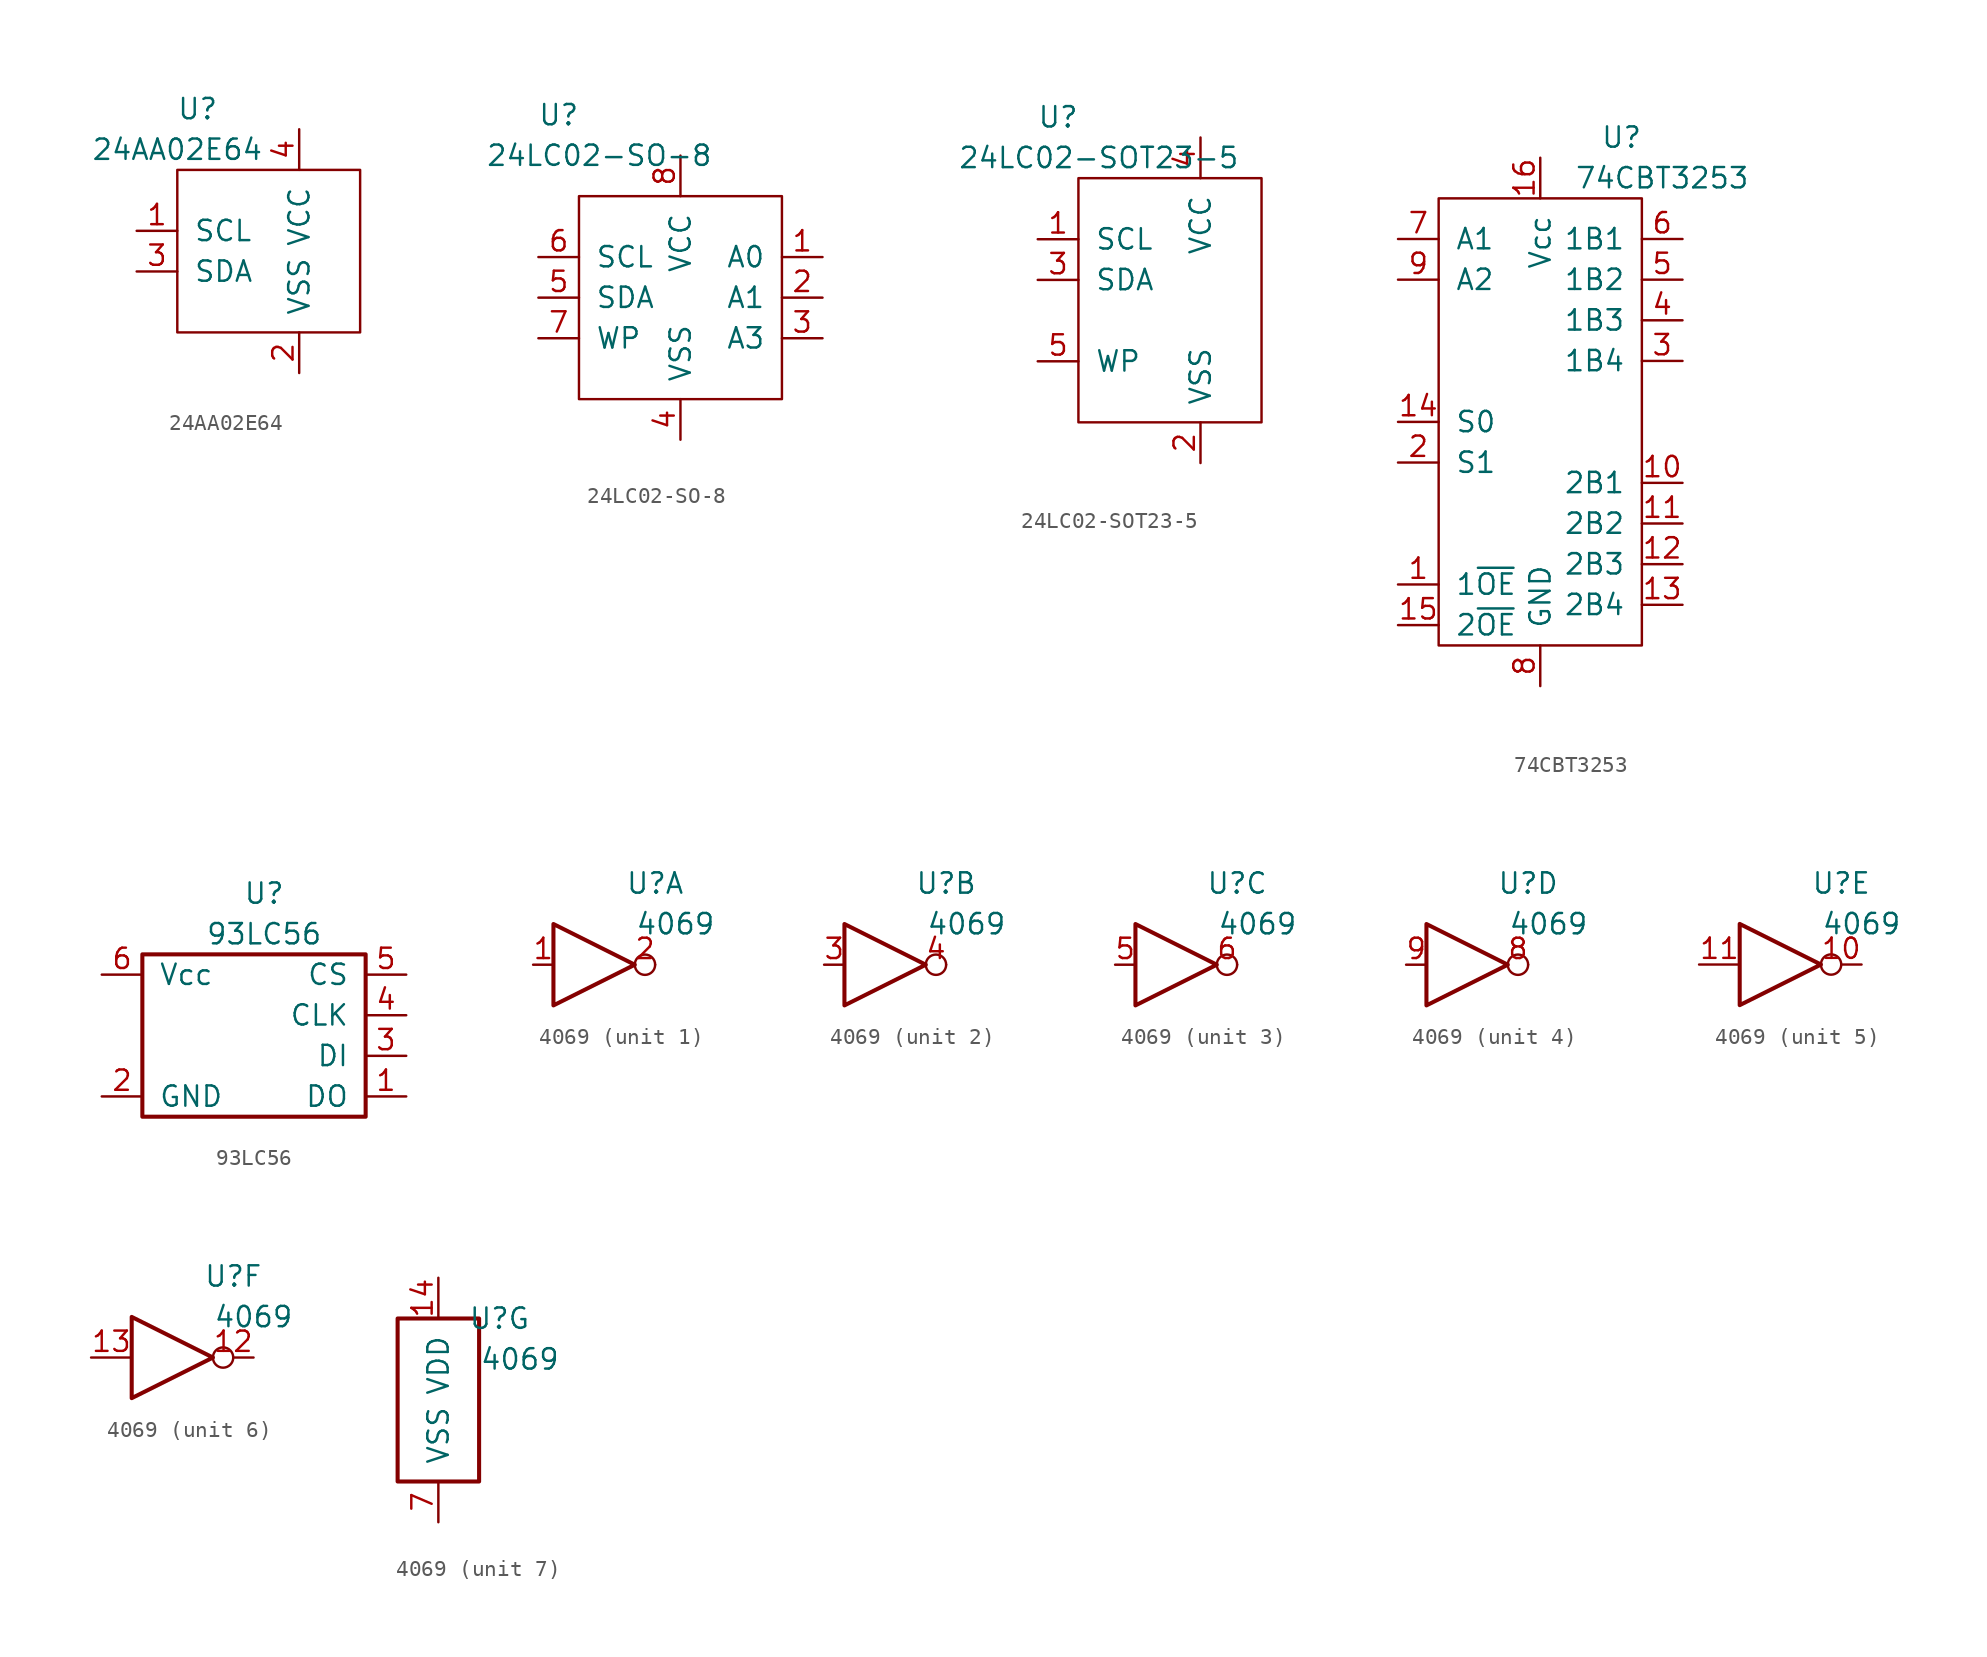
<source format=kicad_sym>
(kicad_symbol_lib
  (version 20211014)
  (generator kicad_symbol_editor)
  (symbol "24AA02E64"
    (pin_names
      (offset 1.016))
    (property "Reference" "U"
      (at -3.81 8.89 0)
      (effects (font (size 1.27 1.27))))
    (property "Value" "24AA02E64"
      (at -5.08 6.35 0)
      (effects (font (size 1.27 1.27))))
    (symbol "24AA02E64_1_0"
      (rectangle (start -5.08 5.08) (end 6.35 -5.08) (stroke (width 0) (type default) (color 0 0 0 0)) (fill (type none))))
    (symbol "24AA02E64_1_1"
      (pin input line (at -7.62 1.27 0) (length 2.54) (name "SCL" (effects (font (size 1.27 1.27)))) (number "1" (effects (font (size 1.27 1.27)))))
      (pin power_in line (at 2.54 -7.62 90) (length 2.54) (name "VSS" (effects (font (size 1.27 1.27)))) (number "2" (effects (font (size 1.27 1.27)))))
      (pin bidirectional line (at -7.62 -1.27 0) (length 2.54) (name "SDA" (effects (font (size 1.27 1.27)))) (number "3" (effects (font (size 1.27 1.27)))))
      (pin power_in line (at 2.54 7.62 270) (length 2.54) (name "VCC" (effects (font (size 1.27 1.27)))) (number "4" (effects (font (size 1.27 1.27)))))))
  (symbol "24LC02-SO-8"
    (pin_names
      (offset 1.016))
    (property "Reference" "U"
      (at -7.62 8.89 0)
      (effects (font (size 1.27 1.27))))
    (property "Value" "24LC02-SO-8"
      (at -5.08 6.35 0)
      (effects (font (size 1.27 1.27))))
    (symbol "24LC02-SO-8_1_1"
      (rectangle (start -6.35 3.81) (end 6.35 -8.89) (stroke (width 0) (type default) (color 0 0 0 0)) (fill (type none)))
      (pin input line (at 8.89 0 180) (length 2.54) (name "A0" (effects (font (size 1.27 1.27)))) (number "1" (effects (font (size 1.27 1.27)))))
      (pin input line (at 8.89 -2.54 180) (length 2.54) (name "A1" (effects (font (size 1.27 1.27)))) (number "2" (effects (font (size 1.27 1.27)))))
      (pin input line (at 8.89 -5.08 180) (length 2.54) (name "A3" (effects (font (size 1.27 1.27)))) (number "3" (effects (font (size 1.27 1.27)))))
      (pin power_in line (at 0 -11.43 90) (length 2.54) (name "VSS" (effects (font (size 1.27 1.27)))) (number "4" (effects (font (size 1.27 1.27)))))
      (pin bidirectional line (at -8.89 -2.54 0) (length 2.54) (name "SDA" (effects (font (size 1.27 1.27)))) (number "5" (effects (font (size 1.27 1.27)))))
      (pin input line (at -8.89 0 0) (length 2.54) (name "SCL" (effects (font (size 1.27 1.27)))) (number "6" (effects (font (size 1.27 1.27)))))
      (pin input line (at -8.89 -5.08 0) (length 2.54) (name "WP" (effects (font (size 1.27 1.27)))) (number "7" (effects (font (size 1.27 1.27)))))
      (pin power_in line (at 0 6.35 270) (length 2.54) (name "VCC" (effects (font (size 1.27 1.27)))) (number "8" (effects (font (size 1.27 1.27)))))))
  (symbol "24LC02-SOT23-5"
    (pin_names
      (offset 1.016))
    (property "Reference" "U"
      (at -7.62 8.89 0)
      (effects (font (size 1.27 1.27))))
    (property "Value" "24LC02-SOT23-5"
      (at -5.08 6.35 0)
      (effects (font (size 1.27 1.27))))
    (symbol "24LC02-SOT23-5_1_1"
      (rectangle (start -6.35 5.08) (end 5.08 -10.16) (stroke (width 0) (type default) (color 0 0 0 0)) (fill (type none)))
      (pin input line (at -8.89 1.27 0) (length 2.54) (name "SCL" (effects (font (size 1.27 1.27)))) (number "1" (effects (font (size 1.27 1.27)))))
      (pin power_in line (at 1.27 -12.7 90) (length 2.54) (name "VSS" (effects (font (size 1.27 1.27)))) (number "2" (effects (font (size 1.27 1.27)))))
      (pin bidirectional line (at -8.89 -1.27 0) (length 2.54) (name "SDA" (effects (font (size 1.27 1.27)))) (number "3" (effects (font (size 1.27 1.27)))))
      (pin power_in line (at 1.27 7.62 270) (length 2.54) (name "VCC" (effects (font (size 1.27 1.27)))) (number "4" (effects (font (size 1.27 1.27)))))
      (pin input line (at -8.89 -6.35 0) (length 2.54) (name "WP" (effects (font (size 1.27 1.27)))) (number "5" (effects (font (size 1.27 1.27)))))))
  (symbol "74CBT3253"
    (pin_names
      (offset 1.016))
    (property "Reference" "U"
      (at 5.08 16.51 0)
      (effects (font (size 1.27 1.27))))
    (property "Value" "74CBT3253"
      (at 7.62 13.97 0)
      (effects (font (size 1.27 1.27))))
    (symbol "74CBT3253_0_1"
      (rectangle (start -6.35 12.7) (end 6.35 -15.24) (stroke (width 0) (type default) (color 0 0 0 0)) (fill (type none))))
    (symbol "74CBT3253_1_1"
      (pin input line (at -8.89 -11.43 0) (length 2.54) (name "1~{OE}" (effects (font (size 1.27 1.27)))) (number "1" (effects (font (size 1.27 1.27)))))
      (pin bidirectional line (at 8.89 -5.08 180) (length 2.54) (name "2B1" (effects (font (size 1.27 1.27)))) (number "10" (effects (font (size 1.27 1.27)))))
      (pin bidirectional line (at 8.89 -7.62 180) (length 2.54) (name "2B2" (effects (font (size 1.27 1.27)))) (number "11" (effects (font (size 1.27 1.27)))))
      (pin bidirectional line (at 8.89 -10.16 180) (length 2.54) (name "2B3" (effects (font (size 1.27 1.27)))) (number "12" (effects (font (size 1.27 1.27)))))
      (pin bidirectional line (at 8.89 -12.7 180) (length 2.54) (name "2B4" (effects (font (size 1.27 1.27)))) (number "13" (effects (font (size 1.27 1.27)))))
      (pin input line (at -8.89 -1.27 0) (length 2.54) (name "S0" (effects (font (size 1.27 1.27)))) (number "14" (effects (font (size 1.27 1.27)))))
      (pin input line (at -8.89 -13.97 0) (length 2.54) (name "2~{OE}" (effects (font (size 1.27 1.27)))) (number "15" (effects (font (size 1.27 1.27)))))
      (pin power_in line (at 0 15.24 270) (length 2.54) (name "Vcc" (effects (font (size 1.27 1.27)))) (number "16" (effects (font (size 1.27 1.27)))))
      (pin input line (at -8.89 -3.81 0) (length 2.54) (name "S1" (effects (font (size 1.27 1.27)))) (number "2" (effects (font (size 1.27 1.27)))))
      (pin bidirectional line (at 8.89 2.54 180) (length 2.54) (name "1B4" (effects (font (size 1.27 1.27)))) (number "3" (effects (font (size 1.27 1.27)))))
      (pin bidirectional line (at 8.89 5.08 180) (length 2.54) (name "1B3" (effects (font (size 1.27 1.27)))) (number "4" (effects (font (size 1.27 1.27)))))
      (pin bidirectional line (at 8.89 7.62 180) (length 2.54) (name "1B2" (effects (font (size 1.27 1.27)))) (number "5" (effects (font (size 1.27 1.27)))))
      (pin bidirectional line (at 8.89 10.16 180) (length 2.54) (name "1B1" (effects (font (size 1.27 1.27)))) (number "6" (effects (font (size 1.27 1.27)))))
      (pin bidirectional line (at -8.89 10.16 0) (length 2.54) (name "A1" (effects (font (size 1.27 1.27)))) (number "7" (effects (font (size 1.27 1.27)))))
      (pin power_in line (at 0 -17.78 90) (length 2.54) (name "GND" (effects (font (size 1.27 1.27)))) (number "8" (effects (font (size 1.27 1.27)))))
      (pin bidirectional line (at -8.89 7.62 0) (length 2.54) (name "A2" (effects (font (size 1.27 1.27)))) (number "9" (effects (font (size 1.27 1.27)))))))
  (symbol "93LC56"
    (pin_names
      (offset 1.016))
    (property "Reference" "U"
      (at 0 8.89 0)
      (effects (font (size 1.27 1.27))))
    (property "Value" "93LC56"
      (at 0 6.35 0)
      (effects (font (size 1.27 1.27))))
    (symbol "93LC56_0_1"
      (rectangle (start -7.62 5.08) (end 6.35 -5.08) (stroke (width 0.254) (type default) (color 0 0 0 0)) (fill (type none))))
    (symbol "93LC56_1_1"
      (pin output line (at 8.89 -3.81 180) (length 2.54) (name "DO" (effects (font (size 1.27 1.27)))) (number "1" (effects (font (size 1.27 1.27)))))
      (pin power_in line (at -10.16 -3.81 0) (length 2.54) (name "GND" (effects (font (size 1.27 1.27)))) (number "2" (effects (font (size 1.27 1.27)))))
      (pin input line (at 8.89 -1.27 180) (length 2.54) (name "DI" (effects (font (size 1.27 1.27)))) (number "3" (effects (font (size 1.27 1.27)))))
      (pin input line (at 8.89 1.27 180) (length 2.54) (name "CLK" (effects (font (size 1.27 1.27)))) (number "4" (effects (font (size 1.27 1.27)))))
      (pin input line (at 8.89 3.81 180) (length 2.54) (name "CS" (effects (font (size 1.27 1.27)))) (number "5" (effects (font (size 1.27 1.27)))))
      (pin power_in line (at -10.16 3.81 0) (length 2.54) (name "Vcc" (effects (font (size 1.27 1.27)))) (number "6" (effects (font (size 1.27 1.27)))))))
  (symbol "4069"
    (pin_names
      (offset 1.016))
    (property "Reference" "U"
      (at 3.81 5.08 0)
      (effects (font (size 1.27 1.27))))
    (property "Value" "4069"
      (at 5.08 2.54 0)
      (effects (font (size 1.27 1.27))))
    (property "ki_locked" ""
      (at 0 0 0)
      (effects (font (size 1.27 1.27))))
    (symbol "4069_1_0"
      (polyline (pts (xy -2.54 2.54) (xy -2.54 -2.54) (xy 2.54 0) (xy -2.54 2.54)) (stroke (width 0.254) (type default) (color 0 0 0 0)) (fill (type none)))
      (pin input line (at -3.81 0 0) (length 1.27) (name "~" (effects (font (size 1.27 1.27)))) (number "1" (effects (font (size 1.27 1.27)))))
      (pin output inverted (at 3.81 0 180) (length 1.27) (name "~" (effects (font (size 1.27 1.27)))) (number "2" (effects (font (size 1.27 1.27))))))
    (symbol "4069_2_1"
      (polyline (pts (xy -2.54 2.54) (xy -2.54 -2.54) (xy 2.54 0) (xy -2.54 2.54)) (stroke (width 0.254) (type default) (color 0 0 0 0)) (fill (type none)))
      (pin input line (at -3.81 0 0) (length 1.27) (name "~" (effects (font (size 1.27 1.27)))) (number "3" (effects (font (size 1.27 1.27)))))
      (pin output inverted (at 3.81 0 180) (length 1.27) (name "~" (effects (font (size 1.27 1.27)))) (number "4" (effects (font (size 1.27 1.27))))))
    (symbol "4069_3_1"
      (polyline (pts (xy -2.54 2.54) (xy -2.54 -2.54) (xy 2.54 0) (xy -2.54 2.54)) (stroke (width 0.254) (type default) (color 0 0 0 0)) (fill (type none)))
      (pin input line (at -3.81 0 0) (length 1.27) (name "~" (effects (font (size 1.27 1.27)))) (number "5" (effects (font (size 1.27 1.27)))))
      (pin output inverted (at 3.81 0 180) (length 1.27) (name "~" (effects (font (size 1.27 1.27)))) (number "6" (effects (font (size 1.27 1.27))))))
    (symbol "4069_4_1"
      (polyline (pts (xy -2.54 2.54) (xy -2.54 -2.54) (xy 2.54 0) (xy -2.54 2.54)) (stroke (width 0.254) (type default) (color 0 0 0 0)) (fill (type none)))
      (pin output inverted (at 3.81 0 180) (length 1.27) (name "~" (effects (font (size 1.27 1.27)))) (number "8" (effects (font (size 1.27 1.27)))))
      (pin input line (at -3.81 0 0) (length 1.27) (name "~" (effects (font (size 1.27 1.27)))) (number "9" (effects (font (size 1.27 1.27))))))
    (symbol "4069_5_1"
      (polyline (pts (xy -2.54 2.54) (xy -2.54 -2.54) (xy 2.54 0) (xy -2.54 2.54)) (stroke (width 0.254) (type default) (color 0 0 0 0)) (fill (type none)))
      (pin output inverted (at 5.08 0 180) (length 2.54) (name "~" (effects (font (size 1.27 1.27)))) (number "10" (effects (font (size 1.27 1.27)))))
      (pin input line (at -5.08 0 0) (length 2.54) (name "~" (effects (font (size 1.27 1.27)))) (number "11" (effects (font (size 1.27 1.27))))))
    (symbol "4069_6_1"
      (polyline (pts (xy -2.54 2.54) (xy -2.54 -2.54) (xy 2.54 0) (xy -2.54 2.54)) (stroke (width 0.254) (type default) (color 0 0 0 0)) (fill (type none)))
      (pin output inverted (at 5.08 0 180) (length 2.54) (name "~" (effects (font (size 1.27 1.27)))) (number "12" (effects (font (size 1.27 1.27)))))
      (pin input line (at -5.08 0 0) (length 2.54) (name "~" (effects (font (size 1.27 1.27)))) (number "13" (effects (font (size 1.27 1.27))))))
    (symbol "4069_7_0"
      (pin power_in line (at 0 7.62 270) (length 2.54) (name "VDD" (effects (font (size 1.27 1.27)))) (number "14" (effects (font (size 1.27 1.27)))))
      (pin power_in line (at 0 -7.62 90) (length 2.54) (name "VSS" (effects (font (size 1.27 1.27)))) (number "7" (effects (font (size 1.27 1.27))))))
    (symbol "4069_7_1"
      (rectangle (start -2.54 5.08) (end 2.54 -5.08) (stroke (width 0.254) (type default) (color 0 0 0 0)) (fill (type none))))))
</source>
